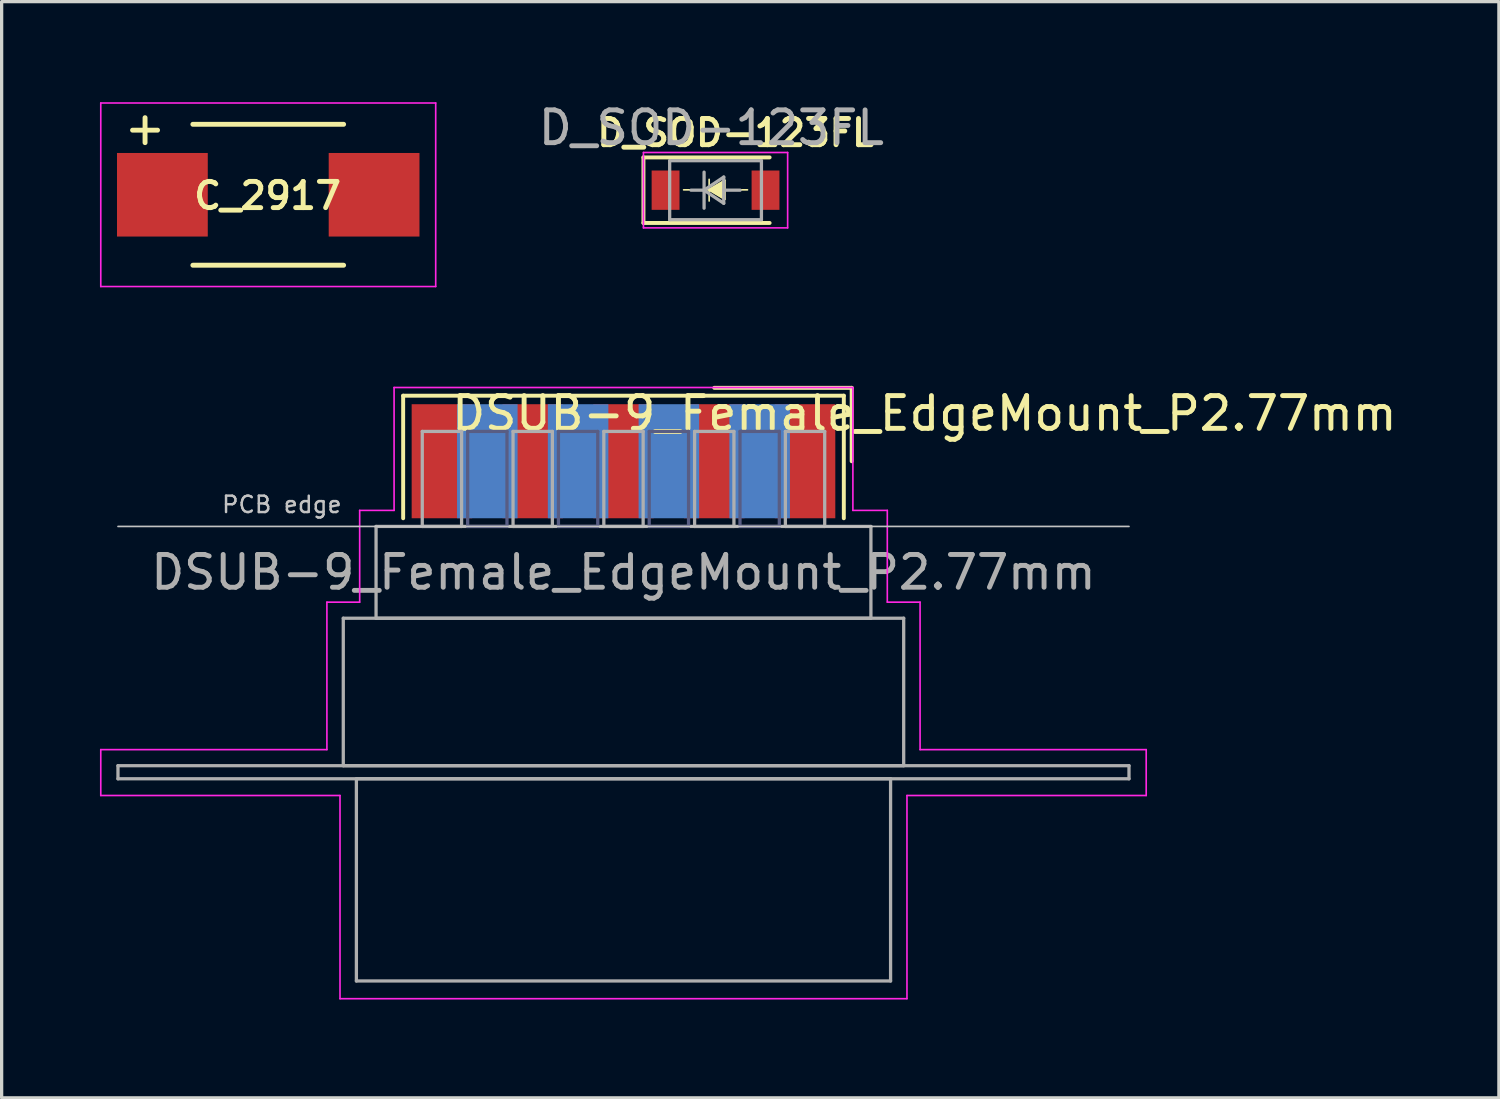
<source format=kicad_pcb>
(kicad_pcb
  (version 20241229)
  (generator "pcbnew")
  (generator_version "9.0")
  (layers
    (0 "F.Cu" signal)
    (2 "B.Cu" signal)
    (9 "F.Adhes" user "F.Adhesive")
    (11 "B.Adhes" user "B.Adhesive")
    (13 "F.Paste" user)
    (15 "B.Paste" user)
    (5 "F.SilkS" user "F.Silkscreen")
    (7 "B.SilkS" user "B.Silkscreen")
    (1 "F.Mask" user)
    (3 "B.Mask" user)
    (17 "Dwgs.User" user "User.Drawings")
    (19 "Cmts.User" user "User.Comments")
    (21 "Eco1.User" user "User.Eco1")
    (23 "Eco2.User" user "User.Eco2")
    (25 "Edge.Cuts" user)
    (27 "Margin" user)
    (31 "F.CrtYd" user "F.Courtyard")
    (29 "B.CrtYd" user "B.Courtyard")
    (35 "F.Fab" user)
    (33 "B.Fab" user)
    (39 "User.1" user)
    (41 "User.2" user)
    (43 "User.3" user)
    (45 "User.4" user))
  (footprint "C_2917"
    (layer "F.Cu")
    (at 5.135 2.893)
    (property "Reference" "C_2917" (at -0.02 0.03 0) (layer "F.SilkS") (effects (font (size 0.8 0.8) (thickness 0.15))))
    (attr smd)
    (fp_line (start -2.3 2.15) (end 2.3 2.15) (stroke (width 0.15) (type solid)) (layer "F.SilkS"))
    (fp_line (start 2.3 -2.15) (end -2.3 -2.15) (stroke (width 0.15) (type solid)) (layer "F.SilkS"))
    (fp_line (start -5.11 -2.8) (end -5.11 2.8) (stroke (width 0.05) (type solid)) (layer "F.CrtYd"))
    (fp_line (start -5.11 -2.8) (end 5.11 -2.8) (stroke (width 0.05) (type solid)) (layer "F.CrtYd"))
    (fp_line (start -5.11 2.8) (end 5.11 2.8) (stroke (width 0.05) (type solid)) (layer "F.CrtYd"))
    (fp_line (start 5.11 2.8) (end 5.11 -2.8) (stroke (width 0.05) (type solid)) (layer "F.CrtYd"))
    (fp_text user "+" (at -3.759 -2.045 0) (layer "F.SilkS") (effects (font (size 1 1) (thickness 0.15))))
    (pad "1" smd rect (at -3.23 0) (size 2.77 2.55) (layers "F.Cu" "F.Mask" "F.Paste"))
    (pad "2" smd rect (at 3.23 0) (size 2.77 2.55) (layers "F.Cu" "F.Mask" "F.Paste")))
  (footprint "DSUB-9_Female_EdgeMount_P2.77mm"
    (layer "F.Cu")
    (at 15.975 11.024)
    (property "Reference" "DSUB-9_Female_EdgeMount_P2.77mm" (at 9.182 -1.458 0) (layer "F.SilkS") (effects (font (size 1 1) (thickness 0.15))))
    (attr smd)
    (fp_line (start -6.723 -2) (end -6.723 1.74) (stroke (width 0.12) (type solid)) (layer "F.SilkS"))
    (fp_line (start 6.723 -2) (end -6.723 -2) (stroke (width 0.12) (type solid)) (layer "F.SilkS"))
    (fp_line (start 6.723 1.74) (end 6.723 -2) (stroke (width 0.12) (type solid)) (layer "F.SilkS"))
    (fp_line (start 6.963 -2.24) (end 2.77 -2.24) (stroke (width 0.12) (type solid)) (layer "F.SilkS"))
    (fp_line (start 6.963 0) (end 6.963 -2.24) (stroke (width 0.12) (type solid)) (layer "F.SilkS"))
    (fp_line (start -15.425 1.99) (end 15.425 1.99) (stroke (width 0.05) (type solid)) (layer "Dwgs.User"))
    (fp_line (start -15.95 8.8) (end -9.05 8.8) (stroke (width 0.05) (type solid)) (layer "F.CrtYd"))
    (fp_line (start -15.95 10.2) (end -15.95 8.8) (stroke (width 0.05) (type solid)) (layer "F.CrtYd"))
    (fp_line (start -9.05 4.3) (end -8.05 4.3) (stroke (width 0.05) (type solid)) (layer "F.CrtYd"))
    (fp_line (start -9.05 8.8) (end -9.05 4.3) (stroke (width 0.05) (type solid)) (layer "F.CrtYd"))
    (fp_line (start -8.65 10.2) (end -15.95 10.2) (stroke (width 0.05) (type solid)) (layer "F.CrtYd"))
    (fp_line (start -8.65 16.4) (end -8.65 10.2) (stroke (width 0.05) (type solid)) (layer "F.CrtYd"))
    (fp_line (start -8.05 1.5) (end -7 1.5) (stroke (width 0.05) (type solid)) (layer "F.CrtYd"))
    (fp_line (start -8.05 4.3) (end -8.05 1.5) (stroke (width 0.05) (type solid)) (layer "F.CrtYd"))
    (fp_line (start -7 -2.25) (end 7 -2.25) (stroke (width 0.05) (type solid)) (layer "F.CrtYd"))
    (fp_line (start -7 1.5) (end -7 -2.25) (stroke (width 0.05) (type solid)) (layer "F.CrtYd"))
    (fp_line (start 7 -2.25) (end 7 1.5) (stroke (width 0.05) (type solid)) (layer "F.CrtYd"))
    (fp_line (start 7 1.5) (end 8.05 1.5) (stroke (width 0.05) (type solid)) (layer "F.CrtYd"))
    (fp_line (start 8.05 1.5) (end 8.05 4.3) (stroke (width 0.05) (type solid)) (layer "F.CrtYd"))
    (fp_line (start 8.05 4.3) (end 9.05 4.3) (stroke (width 0.05) (type solid)) (layer "F.CrtYd"))
    (fp_line (start 8.65 10.2) (end 8.65 16.4) (stroke (width 0.05) (type solid)) (layer "F.CrtYd"))
    (fp_line (start 8.65 16.4) (end -8.65 16.4) (stroke (width 0.05) (type solid)) (layer "F.CrtYd"))
    (fp_line (start 9.05 4.3) (end 9.05 8.8) (stroke (width 0.05) (type solid)) (layer "F.CrtYd"))
    (fp_line (start 9.05 8.8) (end 15.95 8.8) (stroke (width 0.05) (type solid)) (layer "F.CrtYd"))
    (fp_line (start 15.95 8.8) (end 15.95 10.2) (stroke (width 0.05) (type solid)) (layer "F.CrtYd"))
    (fp_line (start 15.95 10.2) (end 8.65 10.2) (stroke (width 0.05) (type solid)) (layer "F.CrtYd"))
    (fp_line (start -4.755 -0.91) (end -4.755 1.99) (stroke (width 0.1) (type solid)) (layer "B.Fab"))
    (fp_line (start -4.755 1.99) (end -3.555 1.99) (stroke (width 0.1) (type solid)) (layer "B.Fab"))
    (fp_line (start -3.555 -0.91) (end -4.755 -0.91) (stroke (width 0.1) (type solid)) (layer "B.Fab"))
    (fp_line (start -3.555 1.99) (end -3.555 -0.91) (stroke (width 0.1) (type solid)) (layer "B.Fab"))
    (fp_line (start -1.985 -0.91) (end -1.985 1.99) (stroke (width 0.1) (type solid)) (layer "B.Fab"))
    (fp_line (start -1.985 1.99) (end -0.785 1.99) (stroke (width 0.1) (type solid)) (layer "B.Fab"))
    (fp_line (start -0.785 -0.91) (end -1.985 -0.91) (stroke (width 0.1) (type solid)) (layer "B.Fab"))
    (fp_line (start -0.785 1.99) (end -0.785 -0.91) (stroke (width 0.1) (type solid)) (layer "B.Fab"))
    (fp_line (start 0.785 -0.91) (end 0.785 1.99) (stroke (width 0.1) (type solid)) (layer "B.Fab"))
    (fp_line (start 0.785 1.99) (end 1.985 1.99) (stroke (width 0.1) (type solid)) (layer "B.Fab"))
    (fp_line (start 1.985 -0.91) (end 0.785 -0.91) (stroke (width 0.1) (type solid)) (layer "B.Fab"))
    (fp_line (start 1.985 1.99) (end 1.985 -0.91) (stroke (width 0.1) (type solid)) (layer "B.Fab"))
    (fp_line (start 3.555 -0.91) (end 3.555 1.99) (stroke (width 0.1) (type solid)) (layer "B.Fab"))
    (fp_line (start 3.555 1.99) (end 4.755 1.99) (stroke (width 0.1) (type solid)) (layer "B.Fab"))
    (fp_line (start 4.755 -0.91) (end 3.555 -0.91) (stroke (width 0.1) (type solid)) (layer "B.Fab"))
    (fp_line (start 4.755 1.99) (end 4.755 -0.91) (stroke (width 0.1) (type solid)) (layer "B.Fab"))
    (fp_line (start -15.425 9.29) (end -15.425 9.69) (stroke (width 0.1) (type solid)) (layer "F.Fab"))
    (fp_line (start -15.425 9.69) (end 15.425 9.69) (stroke (width 0.1) (type solid)) (layer "F.Fab"))
    (fp_line (start -8.55 4.79) (end -8.55 9.29) (stroke (width 0.1) (type solid)) (layer "F.Fab"))
    (fp_line (start -8.55 9.29) (end 8.55 9.29) (stroke (width 0.1) (type solid)) (layer "F.Fab"))
    (fp_line (start -8.15 9.69) (end -8.15 15.86) (stroke (width 0.1) (type solid)) (layer "F.Fab"))
    (fp_line (start -8.15 15.86) (end 8.15 15.86) (stroke (width 0.1) (type solid)) (layer "F.Fab"))
    (fp_line (start -7.55 1.99) (end -7.55 4.79) (stroke (width 0.1) (type solid)) (layer "F.Fab"))
    (fp_line (start -7.55 4.79) (end 7.55 4.79) (stroke (width 0.1) (type solid)) (layer "F.Fab"))
    (fp_line (start -6.14 -0.91) (end -6.14 1.99) (stroke (width 0.1) (type solid)) (layer "F.Fab"))
    (fp_line (start -6.14 1.99) (end -4.94 1.99) (stroke (width 0.1) (type solid)) (layer "F.Fab"))
    (fp_line (start -4.94 -0.91) (end -6.14 -0.91) (stroke (width 0.1) (type solid)) (layer "F.Fab"))
    (fp_line (start -4.94 1.99) (end -4.94 -0.91) (stroke (width 0.1) (type solid)) (layer "F.Fab"))
    (fp_line (start -3.37 -0.91) (end -3.37 1.99) (stroke (width 0.1) (type solid)) (layer "F.Fab"))
    (fp_line (start -3.37 1.99) (end -2.17 1.99) (stroke (width 0.1) (type solid)) (layer "F.Fab"))
    (fp_line (start -2.17 -0.91) (end -3.37 -0.91) (stroke (width 0.1) (type solid)) (layer "F.Fab"))
    (fp_line (start -2.17 1.99) (end -2.17 -0.91) (stroke (width 0.1) (type solid)) (layer "F.Fab"))
    (fp_line (start -0.6 -0.91) (end -0.6 1.99) (stroke (width 0.1) (type solid)) (layer "F.Fab"))
    (fp_line (start -0.6 1.99) (end 0.6 1.99) (stroke (width 0.1) (type solid)) (layer "F.Fab"))
    (fp_line (start 0.6 -0.91) (end -0.6 -0.91) (stroke (width 0.1) (type solid)) (layer "F.Fab"))
    (fp_line (start 0.6 1.99) (end 0.6 -0.91) (stroke (width 0.1) (type solid)) (layer "F.Fab"))
    (fp_line (start 2.17 -0.91) (end 2.17 1.99) (stroke (width 0.1) (type solid)) (layer "F.Fab"))
    (fp_line (start 2.17 1.99) (end 3.37 1.99) (stroke (width 0.1) (type solid)) (layer "F.Fab"))
    (fp_line (start 3.37 -0.91) (end 2.17 -0.91) (stroke (width 0.1) (type solid)) (layer "F.Fab"))
    (fp_line (start 3.37 1.99) (end 3.37 -0.91) (stroke (width 0.1) (type solid)) (layer "F.Fab"))
    (fp_line (start 4.94 -0.91) (end 4.94 1.99) (stroke (width 0.1) (type solid)) (layer "F.Fab"))
    (fp_line (start 4.94 1.99) (end 6.14 1.99) (stroke (width 0.1) (type solid)) (layer "F.Fab"))
    (fp_line (start 6.14 -0.91) (end 4.94 -0.91) (stroke (width 0.1) (type solid)) (layer "F.Fab"))
    (fp_line (start 6.14 1.99) (end 6.14 -0.91) (stroke (width 0.1) (type solid)) (layer "F.Fab"))
    (fp_line (start 7.55 1.99) (end -7.55 1.99) (stroke (width 0.1) (type solid)) (layer "F.Fab"))
    (fp_line (start 7.55 4.79) (end 7.55 1.99) (stroke (width 0.1) (type solid)) (layer "F.Fab"))
    (fp_line (start 8.15 9.69) (end -8.15 9.69) (stroke (width 0.1) (type solid)) (layer "F.Fab"))
    (fp_line (start 8.15 15.86) (end 8.15 9.69) (stroke (width 0.1) (type solid)) (layer "F.Fab"))
    (fp_line (start 8.55 4.79) (end -8.55 4.79) (stroke (width 0.1) (type solid)) (layer "F.Fab"))
    (fp_line (start 8.55 9.29) (end 8.55 4.79) (stroke (width 0.1) (type solid)) (layer "F.Fab"))
    (fp_line (start 15.425 9.29) (end -15.425 9.29) (stroke (width 0.1) (type solid)) (layer "F.Fab"))
    (fp_line (start 15.425 9.69) (end 15.425 9.29) (stroke (width 0.1) (type solid)) (layer "F.Fab"))
    (fp_text user "PCB edge" (at -10.425 1.323 0) (layer "Dwgs.User") (effects (font (size 0.5 0.5) (thickness 0.075))))
    (fp_text user "${REFERENCE}" (at 0 3.39 0) (layer "F.Fab") (effects (font (size 1 1) (thickness 0.15))))
    (pad "1" smd rect (at 5.54 0) (size 1.847 3.48) (layers "F.Cu" "F.Mask" "F.Paste"))
    (pad "2" smd rect (at 2.77 0) (size 1.847 3.48) (layers "F.Cu" "F.Mask" "F.Paste"))
    (pad "3" smd rect (at 0 0) (size 1.847 3.48) (layers "F.Cu" "F.Mask" "F.Paste"))
    (pad "4" smd rect (at -2.77 0) (size 1.847 3.48) (layers "F.Cu" "F.Mask" "F.Paste"))
    (pad "5" smd rect (at -5.54 0) (size 1.847 3.48) (layers "F.Cu" "F.Mask" "F.Paste"))
    (pad "6" smd rect (at 4.155 0) (size 1.847 3.48) (layers "B.Cu" "B.Mask" "B.Paste"))
    (pad "7" smd rect (at 1.385 0) (size 1.847 3.48) (layers "B.Cu" "B.Mask" "B.Paste"))
    (pad "8" smd rect (at -1.385 0) (size 1.847 3.48) (layers "B.Cu" "B.Mask" "B.Paste"))
    (pad "9" smd rect (at -4.155 0) (size 1.847 3.48) (layers "B.Cu" "B.Mask" "B.Paste")))
  (footprint "D_SOD-123FL"
    (layer "F.Cu")
    (at 18.784 2.753)
    (property "Reference" "D_SOD-123FL" (at 0.61 -1.75 180) (layer "F.SilkS") (effects (font (size 0.8 0.8) (thickness 0.15))))
    (attr smd)
    (fp_line (start -2.2 -1) (end -2.2 1) (stroke (width 0.12) (type solid)) (layer "F.SilkS"))
    (fp_line (start -2.2 -1) (end 1.65 -1) (stroke (width 0.12) (type solid)) (layer "F.SilkS"))
    (fp_line (start -2.2 1) (end 1.65 1) (stroke (width 0.12) (type solid)) (layer "F.SilkS"))
    (fp_line (start -0.975 -0.01) (end 0.975 -0.01) (stroke (width 0.05) (type solid)) (layer "F.SilkS"))
    (fp_line (start -0.195 -0.33) (end -0.195 0.33) (stroke (width 0.05) (type solid)) (layer "F.SilkS"))
    (fp_line (start -0.195 -0.02) (end 0.285 -0.3) (stroke (width 0.05) (type solid)) (layer "F.SilkS"))
    (fp_line (start 0.285 -0.3) (end 0.285 0.27) (stroke (width 0.05) (type solid)) (layer "F.SilkS"))
    (fp_line (start 0.285 0.28) (end -0.195 0) (stroke (width 0.05) (type solid)) (layer "F.SilkS"))
    (fp_poly (pts (xy 0.275 0.27) (xy -0.195 -0.02) (xy 0.255 -0.28) (xy 0.275 -0.29)) (stroke (width 0.05) (type solid)) (fill yes) (layer "F.SilkS"))
    (fp_line (start -2.2 -1.15) (end -2.2 1.15) (stroke (width 0.05) (type solid)) (layer "F.CrtYd"))
    (fp_line (start -2.2 -1.15) (end 2.2 -1.15) (stroke (width 0.05) (type solid)) (layer "F.CrtYd"))
    (fp_line (start 2.2 -1.15) (end 2.2 1.15) (stroke (width 0.05) (type solid)) (layer "F.CrtYd"))
    (fp_line (start 2.2 1.15) (end -2.2 1.15) (stroke (width 0.05) (type solid)) (layer "F.CrtYd"))
    (fp_line (start -1.4 -0.9) (end 1.4 -0.9) (stroke (width 0.1) (type solid)) (layer "F.Fab"))
    (fp_line (start -1.4 0.9) (end -1.4 -0.9) (stroke (width 0.1) (type solid)) (layer "F.Fab"))
    (fp_line (start -0.75 0) (end -0.35 0) (stroke (width 0.1) (type solid)) (layer "F.Fab"))
    (fp_line (start -0.35 0) (end -0.35 -0.55) (stroke (width 0.1) (type solid)) (layer "F.Fab"))
    (fp_line (start -0.35 0) (end -0.35 0.55) (stroke (width 0.1) (type solid)) (layer "F.Fab"))
    (fp_line (start -0.35 0) (end 0.25 -0.4) (stroke (width 0.1) (type solid)) (layer "F.Fab"))
    (fp_line (start 0.25 -0.4) (end 0.25 0.4) (stroke (width 0.1) (type solid)) (layer "F.Fab"))
    (fp_line (start 0.25 0) (end 0.75 0) (stroke (width 0.1) (type solid)) (layer "F.Fab"))
    (fp_line (start 0.25 0.4) (end -0.35 0) (stroke (width 0.1) (type solid)) (layer "F.Fab"))
    (fp_line (start 1.4 -0.9) (end 1.4 0.9) (stroke (width 0.1) (type solid)) (layer "F.Fab"))
    (fp_line (start 1.4 0.9) (end -1.4 0.9) (stroke (width 0.1) (type solid)) (layer "F.Fab"))
    (fp_text user "${REFERENCE}" (at -0.127 -1.905 180) (layer "F.Fab") (effects (font (size 1 1) (thickness 0.15))))
    (pad "1" smd rect (at -1.525 0) (size 0.85 1.2) (layers "F.Cu" "F.Mask" "F.Paste"))
    (pad "2" smd rect (at 1.525 0) (size 0.85 1.2) (layers "F.Cu" "F.Mask" "F.Paste")))
  (gr_rect
    (start -3 -3)
    (end 42.687 30.449)
    (stroke (width 0.1) (type default))
    (fill no)
    (layer "Edge.Cuts")))
</source>
